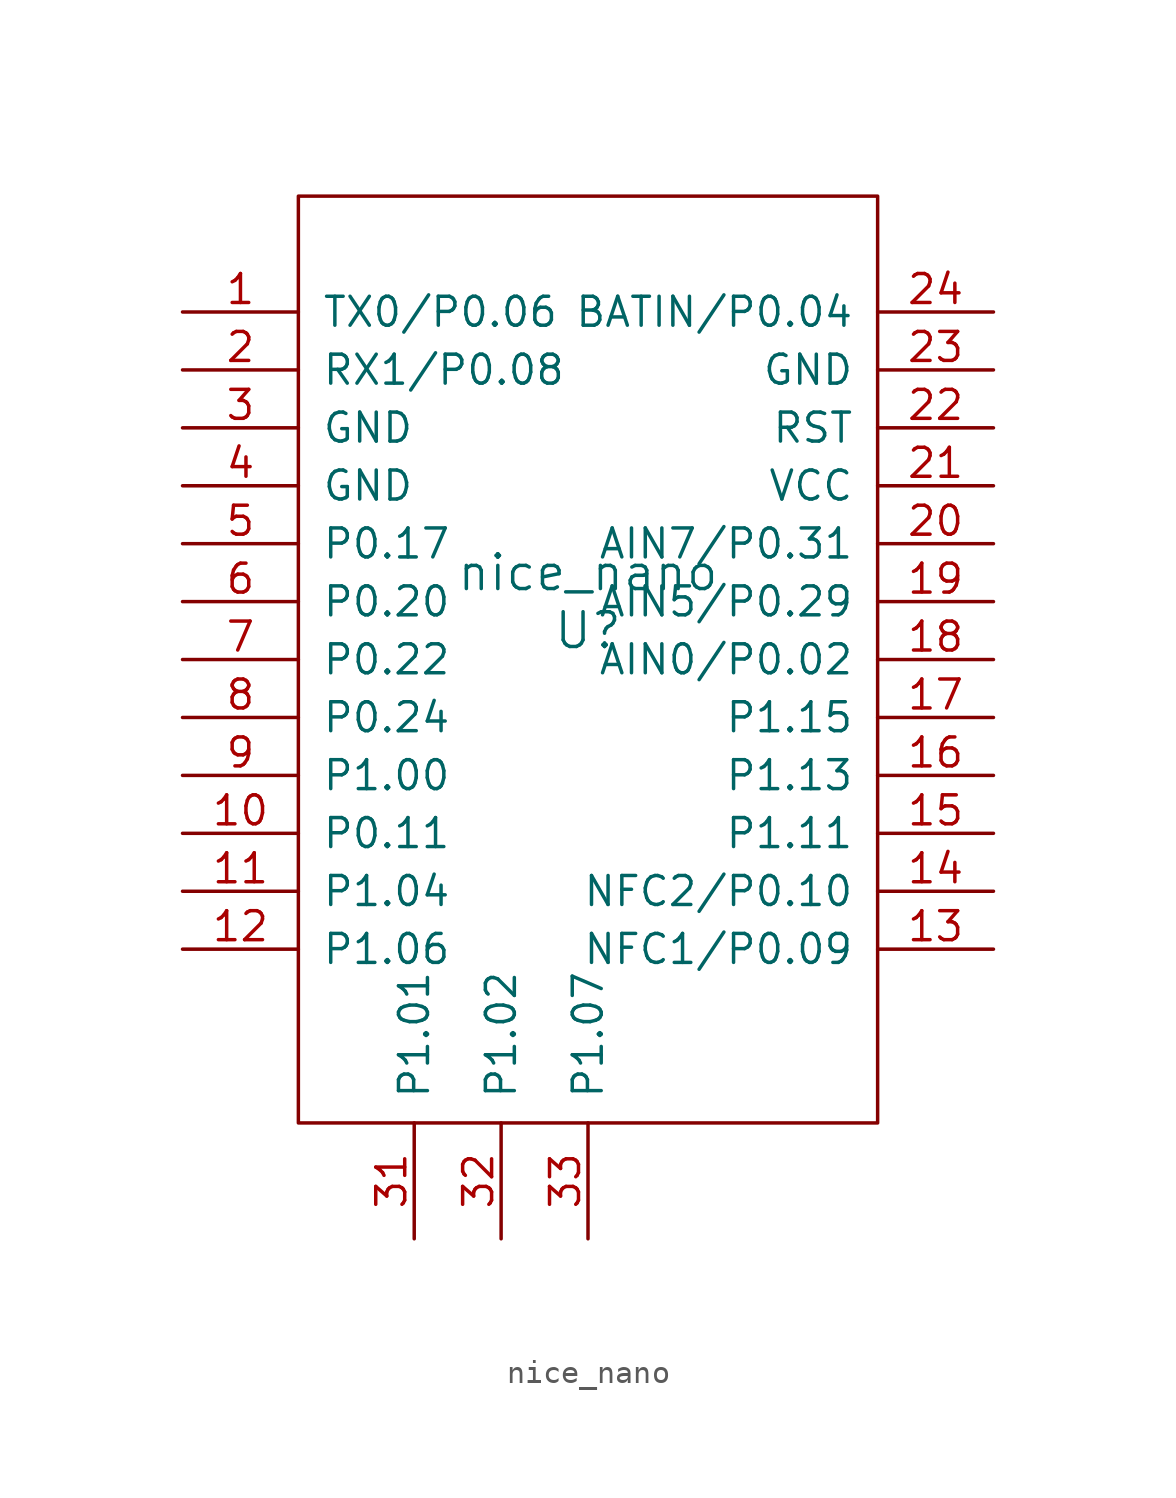
<source format=kicad_sym>
(kicad_symbol_lib
  (version 20211014)
  (generator kicad_symbol_editor)
  (symbol "nice_nano"
    (pin_names
      (offset 1.016))
    (property "Reference" "U"
      (at 0 0 0)
      (effects (font (size 1.524 1.524))))
    (property "Value" "nice_nano"
      (at 0 2.54 0)
      (effects (font (size 1.524 1.524))))
    (symbol "nice_nano_0_1"
      (rectangle (start -12.7 -21.59) (end 12.7 19.05) (stroke (width 0) (type default) (color 0 0 0 0)) (fill (type none))))
    (symbol "nice_nano_1_1"
      (pin input line (at -17.78 13.97 0) (length 5.08) (name "TX0/P0.06" (effects (font (size 1.27 1.27)))) (number "1" (effects (font (size 1.27 1.27)))))
      (pin input line (at -17.78 -8.89 0) (length 5.08) (name "P0.11" (effects (font (size 1.27 1.27)))) (number "10" (effects (font (size 1.27 1.27)))))
      (pin input line (at -17.78 -11.43 0) (length 5.08) (name "P1.04" (effects (font (size 1.27 1.27)))) (number "11" (effects (font (size 1.27 1.27)))))
      (pin input line (at -17.78 -13.97 0) (length 5.08) (name "P1.06" (effects (font (size 1.27 1.27)))) (number "12" (effects (font (size 1.27 1.27)))))
      (pin input line (at 17.78 -13.97 180) (length 5.08) (name "NFC1/P0.09" (effects (font (size 1.27 1.27)))) (number "13" (effects (font (size 1.27 1.27)))))
      (pin input line (at 17.78 -11.43 180) (length 5.08) (name "NFC2/P0.10" (effects (font (size 1.27 1.27)))) (number "14" (effects (font (size 1.27 1.27)))))
      (pin input line (at 17.78 -8.89 180) (length 5.08) (name "P1.11" (effects (font (size 1.27 1.27)))) (number "15" (effects (font (size 1.27 1.27)))))
      (pin input line (at 17.78 -6.35 180) (length 5.08) (name "P1.13" (effects (font (size 1.27 1.27)))) (number "16" (effects (font (size 1.27 1.27)))))
      (pin input line (at 17.78 -3.81 180) (length 5.08) (name "P1.15" (effects (font (size 1.27 1.27)))) (number "17" (effects (font (size 1.27 1.27)))))
      (pin input line (at 17.78 -1.27 180) (length 5.08) (name "AIN0/P0.02" (effects (font (size 1.27 1.27)))) (number "18" (effects (font (size 1.27 1.27)))))
      (pin input line (at 17.78 1.27 180) (length 5.08) (name "AIN5/P0.29" (effects (font (size 1.27 1.27)))) (number "19" (effects (font (size 1.27 1.27)))))
      (pin input line (at -17.78 11.43 0) (length 5.08) (name "RX1/P0.08" (effects (font (size 1.27 1.27)))) (number "2" (effects (font (size 1.27 1.27)))))
      (pin input line (at 17.78 3.81 180) (length 5.08) (name "AIN7/P0.31" (effects (font (size 1.27 1.27)))) (number "20" (effects (font (size 1.27 1.27)))))
      (pin input line (at 17.78 6.35 180) (length 5.08) (name "VCC" (effects (font (size 1.27 1.27)))) (number "21" (effects (font (size 1.27 1.27)))))
      (pin input line (at 17.78 8.89 180) (length 5.08) (name "RST" (effects (font (size 1.27 1.27)))) (number "22" (effects (font (size 1.27 1.27)))))
      (pin input line (at 17.78 11.43 180) (length 5.08) (name "GND" (effects (font (size 1.27 1.27)))) (number "23" (effects (font (size 1.27 1.27)))))
      (pin input line (at 17.78 13.97 180) (length 5.08) (name "BATIN/P0.04" (effects (font (size 1.27 1.27)))) (number "24" (effects (font (size 1.27 1.27)))))
      (pin input line (at -17.78 8.89 0) (length 5.08) (name "GND" (effects (font (size 1.27 1.27)))) (number "3" (effects (font (size 1.27 1.27)))))
      (pin input line (at -7.62 -26.67 90) (length 5.08) (name "P1.01" (effects (font (size 1.27 1.27)))) (number "31" (effects (font (size 1.27 1.27)))))
      (pin input line (at -3.81 -26.67 90) (length 5.08) (name "P1.02" (effects (font (size 1.27 1.27)))) (number "32" (effects (font (size 1.27 1.27)))))
      (pin input line (at 0 -26.67 90) (length 5.08) (name "P1.07" (effects (font (size 1.27 1.27)))) (number "33" (effects (font (size 1.27 1.27)))))
      (pin input line (at -17.78 6.35 0) (length 5.08) (name "GND" (effects (font (size 1.27 1.27)))) (number "4" (effects (font (size 1.27 1.27)))))
      (pin input line (at -17.78 3.81 0) (length 5.08) (name "P0.17" (effects (font (size 1.27 1.27)))) (number "5" (effects (font (size 1.27 1.27)))))
      (pin input line (at -17.78 1.27 0) (length 5.08) (name "P0.20" (effects (font (size 1.27 1.27)))) (number "6" (effects (font (size 1.27 1.27)))))
      (pin input line (at -17.78 -1.27 0) (length 5.08) (name "P0.22" (effects (font (size 1.27 1.27)))) (number "7" (effects (font (size 1.27 1.27)))))
      (pin input line (at -17.78 -3.81 0) (length 5.08) (name "P0.24" (effects (font (size 1.27 1.27)))) (number "8" (effects (font (size 1.27 1.27)))))
      (pin input line (at -17.78 -6.35 0) (length 5.08) (name "P1.00" (effects (font (size 1.27 1.27)))) (number "9" (effects (font (size 1.27 1.27))))))))
</source>
